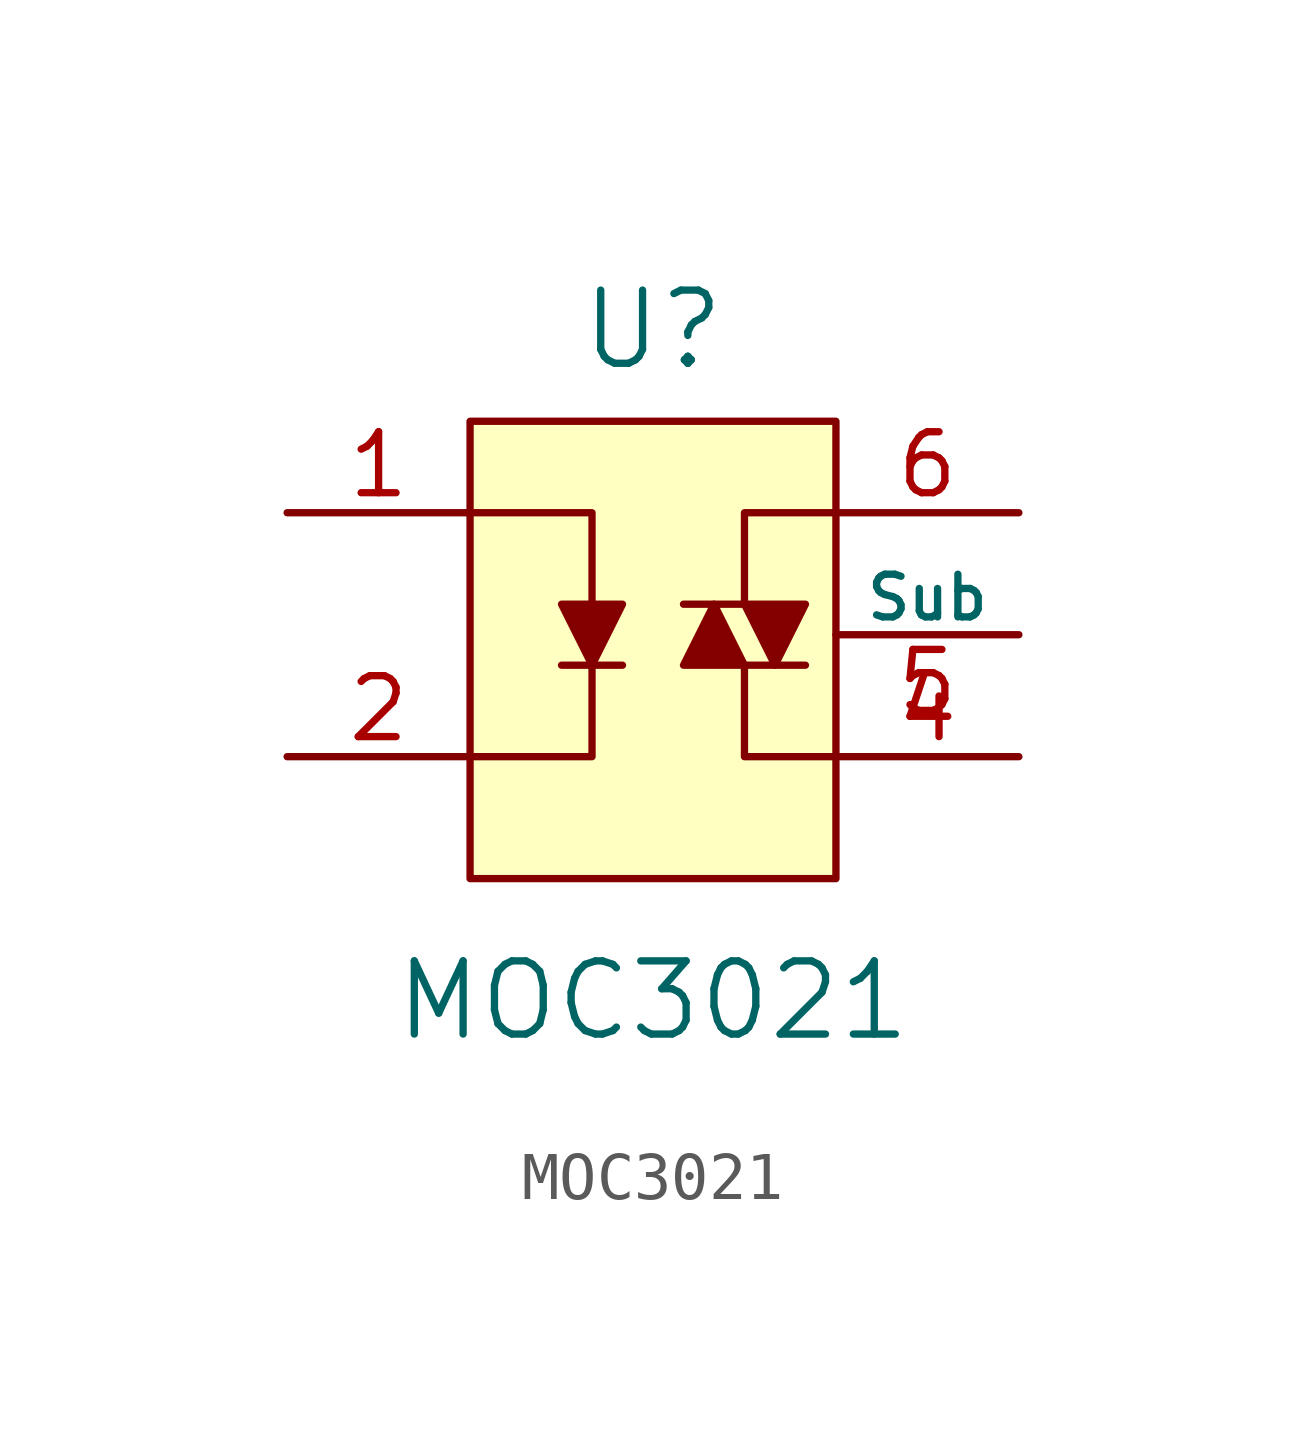
<source format=kicad_sym>
(kicad_symbol_lib
  (version 20201005)
  (generator kicad_symbol_editor)
  (symbol "MOC3021"
    (pin_names
      (offset 0))
    (property "Reference" "U"
      (at 0 6.35 0)
      (effects (font (size 1.524 1.524))))
    (property "Value" "MOC3021"
      (at 0 -7.62 0)
      (effects (font (size 1.524 1.524))))
    (symbol "MOC3021_0_1"
      (rectangle (start -3.81 4.445) (end 3.81 -5.08) (stroke (width 0)) (fill (type background)))
      (polyline (pts (xy -1.905 -0.635) (xy -0.635 -0.635)) (stroke (width 0)) (fill (type none)))
      (polyline (pts (xy 1.905 -0.635) (xy 3.175 -0.635)) (stroke (width 0)) (fill (type none)))
      (polyline (pts (xy 1.905 0.635) (xy 0.635 0.635)) (stroke (width 0)) (fill (type none)))
      (polyline (pts (xy 1.905 -0.635) (xy 1.905 -2.54) (xy 3.81 -2.54)) (stroke (width 0)) (fill (type none)))
      (polyline (pts (xy 3.81 2.54) (xy 1.905 2.54) (xy 1.905 0.635)) (stroke (width 0)) (fill (type none)))
      (polyline (pts (xy -3.81 2.54) (xy -1.27 2.54) (xy -1.27 -2.54) (xy -3.81 -2.54)) (stroke (width 0)) (fill (type none)))
      (polyline (pts (xy -1.905 0.635) (xy -1.27 -0.635) (xy -0.635 0.635) (xy -1.905 0.635)) (stroke (width 0)) (fill (type outline)))
      (polyline (pts (xy 0.635 -0.635) (xy 1.27 0.635) (xy 1.905 -0.635) (xy 0.635 -0.635)) (stroke (width 0)) (fill (type outline)))
      (polyline (pts (xy 1.905 0.635) (xy 2.54 -0.635) (xy 3.175 0.635) (xy 1.905 0.635)) (stroke (width 0)) (fill (type outline))))
    (symbol "MOC3021_1_1"
      (pin passive line (at -7.62 2.54 0) (length 3.81) (name "~" (effects (font (size 1.27 1.27)))) (number "1" (effects (font (size 1.27 1.27)))))
      (pin passive line (at -7.62 -2.54 0) (length 3.81) (name "~" (effects (font (size 1.27 1.27)))) (number "2" (effects (font (size 1.27 1.27)))))
      (pin no_connect line (at 0 -5.08 90) (length 3.81) hide (name "NC" (effects (font (size 1.016 1.016)))) (number "3" (effects (font (size 1.27 1.27)))))
      (pin passive line (at 7.62 -2.54 180) (length 3.81) (name "~" (effects (font (size 1.27 1.27)))) (number "4" (effects (font (size 1.27 1.27)))))
      (pin passive line (at 7.62 0 180) (length 3.81) (name "Sub" (effects (font (size 0.889 0.889)))) (number "5" (effects (font (size 1.27 1.27)))))
      (pin passive line (at 7.62 2.54 180) (length 3.81) (name "~" (effects (font (size 1.27 1.27)))) (number "6" (effects (font (size 1.27 1.27))))))))
</source>
